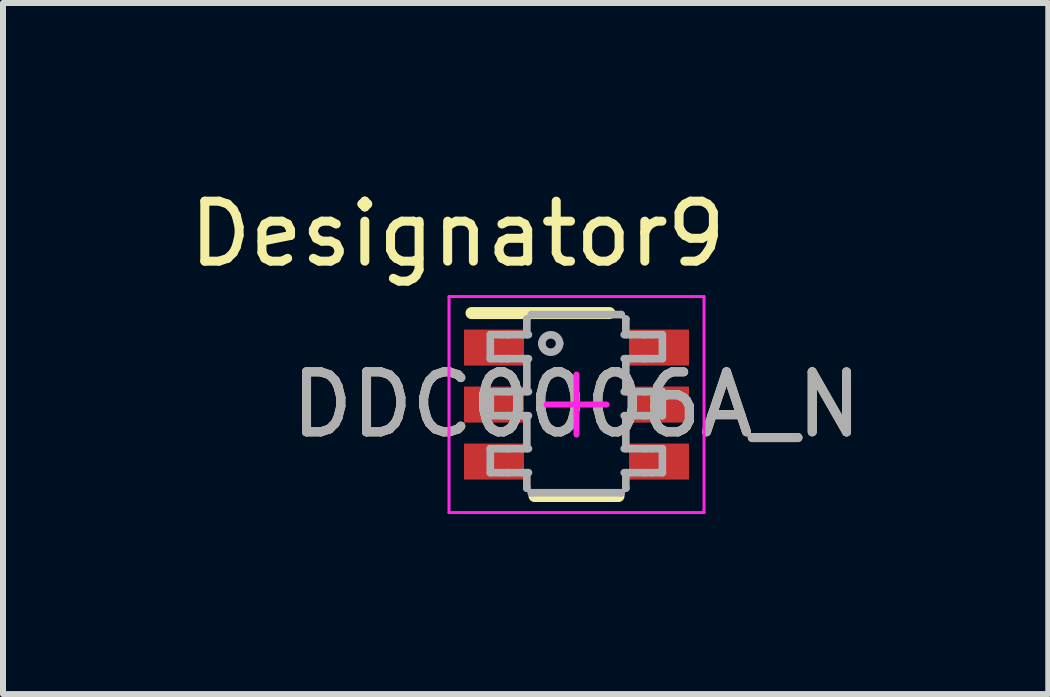
<source format=kicad_pcb>
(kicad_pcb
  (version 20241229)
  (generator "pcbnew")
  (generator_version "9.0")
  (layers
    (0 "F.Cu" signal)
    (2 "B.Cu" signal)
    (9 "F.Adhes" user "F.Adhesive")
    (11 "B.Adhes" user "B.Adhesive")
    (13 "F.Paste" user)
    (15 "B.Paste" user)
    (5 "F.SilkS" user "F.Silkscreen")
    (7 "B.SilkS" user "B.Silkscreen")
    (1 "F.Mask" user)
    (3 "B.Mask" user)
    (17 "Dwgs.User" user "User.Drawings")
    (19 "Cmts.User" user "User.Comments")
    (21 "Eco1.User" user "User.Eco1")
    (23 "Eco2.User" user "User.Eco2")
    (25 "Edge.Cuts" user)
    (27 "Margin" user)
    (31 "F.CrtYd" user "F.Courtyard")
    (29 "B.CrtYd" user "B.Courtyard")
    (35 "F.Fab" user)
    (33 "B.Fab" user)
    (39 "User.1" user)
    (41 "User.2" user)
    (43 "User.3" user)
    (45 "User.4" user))
  (footprint "DDC0006A_N"
    (layer "F.Cu")
    (at 6.559 3.693)
    (property "Reference" "DDC0006A_N" (at 0 0 0) (unlocked yes) (layer "F.SilkS") (effects (font (size 1 1) (thickness 0.15))))
    (attr smd)
    (fp_line (start -1.75 -1.525) (end 0.55 -1.525) (stroke (width 0.2) (type solid)) (layer "F.SilkS"))
    (fp_line (start -0.7 1.524) (end 0.7 1.524) (stroke (width 0.2) (type solid)) (layer "F.SilkS"))
    (fp_line (start -2.125 -1.8) (end 2.125 -1.8) (stroke (width 0.05) (type solid)) (layer "F.CrtYd"))
    (fp_line (start -2.125 1.8) (end -2.125 -1.8) (stroke (width 0.05) (type solid)) (layer "F.CrtYd"))
    (fp_line (start -2.125 1.8) (end 2.125 1.8) (stroke (width 0.05) (type solid)) (layer "F.CrtYd"))
    (fp_line (start -0.5 0) (end 0.5 0) (stroke (width 0.1) (type solid)) (layer "F.CrtYd"))
    (fp_line (start 0 0.5) (end 0 -0.5) (stroke (width 0.1) (type solid)) (layer "F.CrtYd"))
    (fp_line (start 2.125 1.8) (end 2.125 -1.8) (stroke (width 0.05) (type solid)) (layer "F.CrtYd"))
    (fp_line (start -1.437 -1.165) (end -1.251 -1.165) (stroke (width 0.127) (type solid)) (layer "F.Fab"))
    (fp_line (start -1.437 -0.765) (end -1.437 -1.165) (stroke (width 0.127) (type solid)) (layer "F.Fab"))
    (fp_line (start -1.437 -0.765) (end -1.251 -0.765) (stroke (width 0.127) (type solid)) (layer "F.Fab"))
    (fp_line (start -1.437 -0.215) (end -1.251 -0.215) (stroke (width 0.127) (type solid)) (layer "F.Fab"))
    (fp_line (start -1.437 0.185) (end -1.437 -0.215) (stroke (width 0.127) (type solid)) (layer "F.Fab"))
    (fp_line (start -1.437 0.185) (end -1.251 0.185) (stroke (width 0.127) (type solid)) (layer "F.Fab"))
    (fp_line (start -1.437 0.735) (end -1.251 0.735) (stroke (width 0.127) (type solid)) (layer "F.Fab"))
    (fp_line (start -1.437 1.135) (end -1.437 0.735) (stroke (width 0.127) (type solid)) (layer "F.Fab"))
    (fp_line (start -1.437 1.135) (end -1.251 1.135) (stroke (width 0.127) (type solid)) (layer "F.Fab"))
    (fp_line (start -1.251 -1.165) (end -1.159 -1.165) (stroke (width 0.127) (type solid)) (layer "F.Fab"))
    (fp_line (start -1.251 -0.765) (end -1.159 -0.765) (stroke (width 0.127) (type solid)) (layer "F.Fab"))
    (fp_line (start -1.251 -0.215) (end -1.159 -0.215) (stroke (width 0.127) (type solid)) (layer "F.Fab"))
    (fp_line (start -1.251 0.185) (end -1.159 0.185) (stroke (width 0.127) (type solid)) (layer "F.Fab"))
    (fp_line (start -1.251 0.735) (end -1.159 0.735) (stroke (width 0.127) (type solid)) (layer "F.Fab"))
    (fp_line (start -1.251 1.135) (end -1.159 1.135) (stroke (width 0.127) (type solid)) (layer "F.Fab"))
    (fp_line (start -1.159 -1.165) (end -1.128 -1.165) (stroke (width 0.127) (type solid)) (layer "F.Fab"))
    (fp_line (start -1.159 -0.765) (end -1.128 -0.765) (stroke (width 0.127) (type solid)) (layer "F.Fab"))
    (fp_line (start -1.159 -0.215) (end -1.128 -0.215) (stroke (width 0.127) (type solid)) (layer "F.Fab"))
    (fp_line (start -1.159 0.185) (end -1.128 0.185) (stroke (width 0.127) (type solid)) (layer "F.Fab"))
    (fp_line (start -1.159 0.735) (end -1.128 0.735) (stroke (width 0.127) (type solid)) (layer "F.Fab"))
    (fp_line (start -1.159 1.135) (end -1.128 1.135) (stroke (width 0.127) (type solid)) (layer "F.Fab"))
    (fp_line (start -1.128 -1.165) (end -0.903 -1.165) (stroke (width 0.127) (type solid)) (layer "F.Fab"))
    (fp_line (start -1.128 -0.765) (end -0.903 -0.765) (stroke (width 0.127) (type solid)) (layer "F.Fab"))
    (fp_line (start -1.128 -0.215) (end -0.903 -0.215) (stroke (width 0.127) (type solid)) (layer "F.Fab"))
    (fp_line (start -1.128 0.185) (end -0.903 0.185) (stroke (width 0.127) (type solid)) (layer "F.Fab"))
    (fp_line (start -1.128 0.735) (end -0.903 0.735) (stroke (width 0.127) (type solid)) (layer "F.Fab"))
    (fp_line (start -1.128 1.135) (end -0.903 1.135) (stroke (width 0.127) (type solid)) (layer "F.Fab"))
    (fp_line (start -0.903 -1.165) (end -0.801 -1.165) (stroke (width 0.127) (type solid)) (layer "F.Fab"))
    (fp_line (start -0.903 -0.765) (end -0.801 -0.765) (stroke (width 0.127) (type solid)) (layer "F.Fab"))
    (fp_line (start -0.903 -0.215) (end -0.801 -0.215) (stroke (width 0.127) (type solid)) (layer "F.Fab"))
    (fp_line (start -0.903 0.185) (end -0.801 0.185) (stroke (width 0.127) (type solid)) (layer "F.Fab"))
    (fp_line (start -0.903 0.735) (end -0.801 0.735) (stroke (width 0.127) (type solid)) (layer "F.Fab"))
    (fp_line (start -0.903 1.135) (end -0.801 1.135) (stroke (width 0.127) (type solid)) (layer "F.Fab"))
    (fp_line (start -0.828 -1.422) (end -0.828 -1.426) (stroke (width 0.127) (type solid)) (layer "F.Fab"))
    (fp_line (start -0.828 -1.165) (end -0.828 -1.422) (stroke (width 0.127) (type solid)) (layer "F.Fab"))
    (fp_line (start -0.828 -0.215) (end -0.828 -0.765) (stroke (width 0.127) (type solid)) (layer "F.Fab"))
    (fp_line (start -0.828 0.735) (end -0.828 0.185) (stroke (width 0.127) (type solid)) (layer "F.Fab"))
    (fp_line (start -0.828 1.392) (end -0.828 1.135) (stroke (width 0.127) (type solid)) (layer "F.Fab"))
    (fp_line (start -0.828 1.395) (end -0.828 1.392) (stroke (width 0.127) (type solid)) (layer "F.Fab"))
    (fp_line (start -0.754 -1.5) (end -0.75 -1.5) (stroke (width 0.127) (type solid)) (layer "F.Fab"))
    (fp_line (start -0.754 1.47) (end -0.75 1.47) (stroke (width 0.127) (type solid)) (layer "F.Fab"))
    (fp_line (start -0.75 -1.5) (end 0.743 -1.5) (stroke (width 0.127) (type solid)) (layer "F.Fab"))
    (fp_line (start -0.75 1.47) (end 0.743 1.47) (stroke (width 0.127) (type solid)) (layer "F.Fab"))
    (fp_line (start 0.743 -1.5) (end 0.747 -1.5) (stroke (width 0.127) (type solid)) (layer "F.Fab"))
    (fp_line (start 0.743 1.47) (end 0.747 1.47) (stroke (width 0.127) (type solid)) (layer "F.Fab"))
    (fp_line (start 0.795 -1.165) (end 0.896 -1.165) (stroke (width 0.127) (type solid)) (layer "F.Fab"))
    (fp_line (start 0.795 -0.765) (end 0.896 -0.765) (stroke (width 0.127) (type solid)) (layer "F.Fab"))
    (fp_line (start 0.795 -0.215) (end 0.896 -0.215) (stroke (width 0.127) (type solid)) (layer "F.Fab"))
    (fp_line (start 0.795 0.185) (end 0.896 0.185) (stroke (width 0.127) (type solid)) (layer "F.Fab"))
    (fp_line (start 0.795 0.735) (end 0.896 0.735) (stroke (width 0.127) (type solid)) (layer "F.Fab"))
    (fp_line (start 0.795 1.135) (end 0.896 1.135) (stroke (width 0.127) (type solid)) (layer "F.Fab"))
    (fp_line (start 0.822 -1.422) (end 0.822 -1.426) (stroke (width 0.127) (type solid)) (layer "F.Fab"))
    (fp_line (start 0.822 -1.165) (end 0.822 -1.422) (stroke (width 0.127) (type solid)) (layer "F.Fab"))
    (fp_line (start 0.822 -0.215) (end 0.822 -0.765) (stroke (width 0.127) (type solid)) (layer "F.Fab"))
    (fp_line (start 0.822 0.735) (end 0.822 0.185) (stroke (width 0.127) (type solid)) (layer "F.Fab"))
    (fp_line (start 0.822 1.392) (end 0.822 1.135) (stroke (width 0.127) (type solid)) (layer "F.Fab"))
    (fp_line (start 0.822 1.395) (end 0.822 1.392) (stroke (width 0.127) (type solid)) (layer "F.Fab"))
    (fp_line (start 0.896 -1.165) (end 1.122 -1.165) (stroke (width 0.127) (type solid)) (layer "F.Fab"))
    (fp_line (start 0.896 -0.765) (end 1.122 -0.765) (stroke (width 0.127) (type solid)) (layer "F.Fab"))
    (fp_line (start 0.896 -0.215) (end 1.122 -0.215) (stroke (width 0.127) (type solid)) (layer "F.Fab"))
    (fp_line (start 0.896 0.185) (end 1.122 0.185) (stroke (width 0.127) (type solid)) (layer "F.Fab"))
    (fp_line (start 0.896 0.735) (end 1.122 0.735) (stroke (width 0.127) (type solid)) (layer "F.Fab"))
    (fp_line (start 0.896 1.135) (end 1.122 1.135) (stroke (width 0.127) (type solid)) (layer "F.Fab"))
    (fp_line (start 1.122 -1.165) (end 1.152 -1.165) (stroke (width 0.127) (type solid)) (layer "F.Fab"))
    (fp_line (start 1.122 -0.765) (end 1.152 -0.765) (stroke (width 0.127) (type solid)) (layer "F.Fab"))
    (fp_line (start 1.122 -0.215) (end 1.152 -0.215) (stroke (width 0.127) (type solid)) (layer "F.Fab"))
    (fp_line (start 1.122 0.185) (end 1.152 0.185) (stroke (width 0.127) (type solid)) (layer "F.Fab"))
    (fp_line (start 1.122 0.735) (end 1.152 0.735) (stroke (width 0.127) (type solid)) (layer "F.Fab"))
    (fp_line (start 1.122 1.135) (end 1.152 1.135) (stroke (width 0.127) (type solid)) (layer "F.Fab"))
    (fp_line (start 1.152 -1.165) (end 1.245 -1.165) (stroke (width 0.127) (type solid)) (layer "F.Fab"))
    (fp_line (start 1.152 -0.765) (end 1.245 -0.765) (stroke (width 0.127) (type solid)) (layer "F.Fab"))
    (fp_line (start 1.152 -0.215) (end 1.245 -0.215) (stroke (width 0.127) (type solid)) (layer "F.Fab"))
    (fp_line (start 1.152 0.185) (end 1.245 0.185) (stroke (width 0.127) (type solid)) (layer "F.Fab"))
    (fp_line (start 1.152 0.735) (end 1.245 0.735) (stroke (width 0.127) (type solid)) (layer "F.Fab"))
    (fp_line (start 1.152 1.135) (end 1.245 1.135) (stroke (width 0.127) (type solid)) (layer "F.Fab"))
    (fp_line (start 1.245 -1.165) (end 1.431 -1.165) (stroke (width 0.127) (type solid)) (layer "F.Fab"))
    (fp_line (start 1.245 -0.765) (end 1.431 -0.765) (stroke (width 0.127) (type solid)) (layer "F.Fab"))
    (fp_line (start 1.245 -0.215) (end 1.431 -0.215) (stroke (width 0.127) (type solid)) (layer "F.Fab"))
    (fp_line (start 1.245 0.185) (end 1.431 0.185) (stroke (width 0.127) (type solid)) (layer "F.Fab"))
    (fp_line (start 1.245 0.735) (end 1.431 0.735) (stroke (width 0.127) (type solid)) (layer "F.Fab"))
    (fp_line (start 1.245 1.135) (end 1.431 1.135) (stroke (width 0.127) (type solid)) (layer "F.Fab"))
    (fp_line (start 1.431 -0.765) (end 1.431 -1.165) (stroke (width 0.127) (type solid)) (layer "F.Fab"))
    (fp_line (start 1.431 0.185) (end 1.431 -0.215) (stroke (width 0.127) (type solid)) (layer "F.Fab"))
    (fp_line (start 1.431 1.135) (end 1.431 0.735) (stroke (width 0.127) (type solid)) (layer "F.Fab"))
    (fp_arc (start -0.578322 -1.017679) (mid -0.429542 -1.166459) (end -0.280761 -1.017679) (stroke (width 0.127) (type solid)) (layer "F.Fab"))
    (fp_arc (start -0.280761 -1.017679) (mid -0.429542 -0.868898) (end -0.578322 -1.017679) (stroke (width 0.127) (type solid)) (layer "F.Fab"))
    (fp_text user "Designator9" (at -1.981 -2.845 0) (unlocked yes) (layer "F.SilkS") (effects (font (size 1 1) (thickness 0.15))))
    (fp_text user "${REFERENCE}" (at 0 0 0) (unlocked yes) (layer "F.Fab") (effects (font (size 1 1) (thickness 0.15))))
    (pad "1" smd rect (at -1.375 -0.95 90) (size 0.6 1) (layers "F.Cu" "F.Mask" "F.Paste"))
    (pad "2" smd rect (at -1.375 0 90) (size 0.6 1) (layers "F.Cu" "F.Mask" "F.Paste"))
    (pad "3" smd rect (at -1.375 0.95 90) (size 0.6 1) (layers "F.Cu" "F.Mask" "F.Paste"))
    (pad "4" smd rect (at 1.375 0.95 90) (size 0.6 1) (layers "F.Cu" "F.Mask" "F.Paste"))
    (pad "5" smd rect (at 1.375 0 90) (size 0.6 1) (layers "F.Cu" "F.Mask" "F.Paste"))
    (pad "6" smd rect (at 1.375 -0.95 90) (size 0.6 1) (layers "F.Cu" "F.Mask" "F.Paste")))
  (gr_rect
    (start -3 -3)
    (end 14.422 8.518)
    (stroke (width 0.1) (type default))
    (fill no)
    (layer "Edge.Cuts")))
</source>
